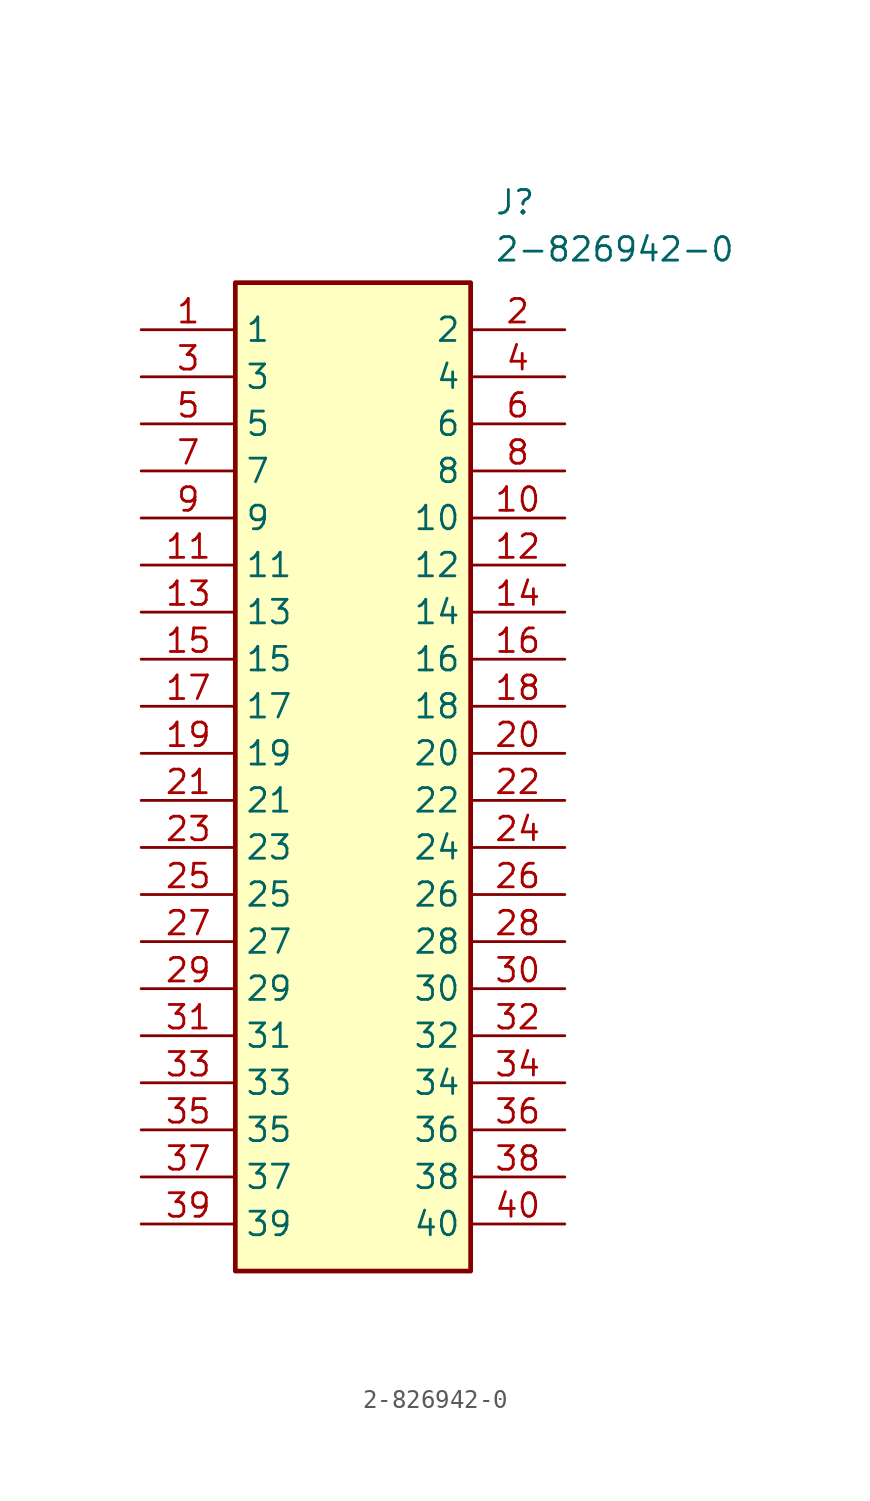
<source format=kicad_sym>
(kicad_symbol_lib
  (version 20241209)
  (generator "kicad_symbol_editor")
  (generator_version "9.0")
  (symbol "2-826942-0"
    (property "Reference" "J"
      (at 19.05 7.62 0)
      (effects (font (size 1.27 1.27)) (justify left top)))
    (property "Value" "2-826942-0"
      (at 19.05 5.08 0)
      (effects (font (size 1.27 1.27)) (justify left top)))
    (symbol "2-826942-0_1_1"
      (rectangle (start 5.08 2.54) (end 17.78 -50.8) (stroke (width 0.254) (type default)) (fill (type background)))
      (pin passive line (at 0 0 0) (length 5.08) (name "1" (effects (font (size 1.27 1.27)))) (number "1" (effects (font (size 1.27 1.27)))))
      (pin passive line (at 0 -2.54 0) (length 5.08) (name "3" (effects (font (size 1.27 1.27)))) (number "3" (effects (font (size 1.27 1.27)))))
      (pin passive line (at 0 -5.08 0) (length 5.08) (name "5" (effects (font (size 1.27 1.27)))) (number "5" (effects (font (size 1.27 1.27)))))
      (pin passive line (at 0 -7.62 0) (length 5.08) (name "7" (effects (font (size 1.27 1.27)))) (number "7" (effects (font (size 1.27 1.27)))))
      (pin passive line (at 0 -10.16 0) (length 5.08) (name "9" (effects (font (size 1.27 1.27)))) (number "9" (effects (font (size 1.27 1.27)))))
      (pin passive line (at 0 -12.7 0) (length 5.08) (name "11" (effects (font (size 1.27 1.27)))) (number "11" (effects (font (size 1.27 1.27)))))
      (pin passive line (at 0 -15.24 0) (length 5.08) (name "13" (effects (font (size 1.27 1.27)))) (number "13" (effects (font (size 1.27 1.27)))))
      (pin passive line (at 0 -17.78 0) (length 5.08) (name "15" (effects (font (size 1.27 1.27)))) (number "15" (effects (font (size 1.27 1.27)))))
      (pin passive line (at 0 -20.32 0) (length 5.08) (name "17" (effects (font (size 1.27 1.27)))) (number "17" (effects (font (size 1.27 1.27)))))
      (pin passive line (at 0 -22.86 0) (length 5.08) (name "19" (effects (font (size 1.27 1.27)))) (number "19" (effects (font (size 1.27 1.27)))))
      (pin passive line (at 0 -25.4 0) (length 5.08) (name "21" (effects (font (size 1.27 1.27)))) (number "21" (effects (font (size 1.27 1.27)))))
      (pin passive line (at 0 -27.94 0) (length 5.08) (name "23" (effects (font (size 1.27 1.27)))) (number "23" (effects (font (size 1.27 1.27)))))
      (pin passive line (at 0 -30.48 0) (length 5.08) (name "25" (effects (font (size 1.27 1.27)))) (number "25" (effects (font (size 1.27 1.27)))))
      (pin passive line (at 0 -33.02 0) (length 5.08) (name "27" (effects (font (size 1.27 1.27)))) (number "27" (effects (font (size 1.27 1.27)))))
      (pin passive line (at 0 -35.56 0) (length 5.08) (name "29" (effects (font (size 1.27 1.27)))) (number "29" (effects (font (size 1.27 1.27)))))
      (pin passive line (at 0 -38.1 0) (length 5.08) (name "31" (effects (font (size 1.27 1.27)))) (number "31" (effects (font (size 1.27 1.27)))))
      (pin passive line (at 0 -40.64 0) (length 5.08) (name "33" (effects (font (size 1.27 1.27)))) (number "33" (effects (font (size 1.27 1.27)))))
      (pin passive line (at 0 -43.18 0) (length 5.08) (name "35" (effects (font (size 1.27 1.27)))) (number "35" (effects (font (size 1.27 1.27)))))
      (pin passive line (at 0 -45.72 0) (length 5.08) (name "37" (effects (font (size 1.27 1.27)))) (number "37" (effects (font (size 1.27 1.27)))))
      (pin passive line (at 0 -48.26 0) (length 5.08) (name "39" (effects (font (size 1.27 1.27)))) (number "39" (effects (font (size 1.27 1.27)))))
      (pin passive line (at 22.86 0 180) (length 5.08) (name "2" (effects (font (size 1.27 1.27)))) (number "2" (effects (font (size 1.27 1.27)))))
      (pin passive line (at 22.86 -2.54 180) (length 5.08) (name "4" (effects (font (size 1.27 1.27)))) (number "4" (effects (font (size 1.27 1.27)))))
      (pin passive line (at 22.86 -5.08 180) (length 5.08) (name "6" (effects (font (size 1.27 1.27)))) (number "6" (effects (font (size 1.27 1.27)))))
      (pin passive line (at 22.86 -7.62 180) (length 5.08) (name "8" (effects (font (size 1.27 1.27)))) (number "8" (effects (font (size 1.27 1.27)))))
      (pin passive line (at 22.86 -10.16 180) (length 5.08) (name "10" (effects (font (size 1.27 1.27)))) (number "10" (effects (font (size 1.27 1.27)))))
      (pin passive line (at 22.86 -12.7 180) (length 5.08) (name "12" (effects (font (size 1.27 1.27)))) (number "12" (effects (font (size 1.27 1.27)))))
      (pin passive line (at 22.86 -15.24 180) (length 5.08) (name "14" (effects (font (size 1.27 1.27)))) (number "14" (effects (font (size 1.27 1.27)))))
      (pin passive line (at 22.86 -17.78 180) (length 5.08) (name "16" (effects (font (size 1.27 1.27)))) (number "16" (effects (font (size 1.27 1.27)))))
      (pin passive line (at 22.86 -20.32 180) (length 5.08) (name "18" (effects (font (size 1.27 1.27)))) (number "18" (effects (font (size 1.27 1.27)))))
      (pin passive line (at 22.86 -22.86 180) (length 5.08) (name "20" (effects (font (size 1.27 1.27)))) (number "20" (effects (font (size 1.27 1.27)))))
      (pin passive line (at 22.86 -25.4 180) (length 5.08) (name "22" (effects (font (size 1.27 1.27)))) (number "22" (effects (font (size 1.27 1.27)))))
      (pin passive line (at 22.86 -27.94 180) (length 5.08) (name "24" (effects (font (size 1.27 1.27)))) (number "24" (effects (font (size 1.27 1.27)))))
      (pin passive line (at 22.86 -30.48 180) (length 5.08) (name "26" (effects (font (size 1.27 1.27)))) (number "26" (effects (font (size 1.27 1.27)))))
      (pin passive line (at 22.86 -33.02 180) (length 5.08) (name "28" (effects (font (size 1.27 1.27)))) (number "28" (effects (font (size 1.27 1.27)))))
      (pin passive line (at 22.86 -35.56 180) (length 5.08) (name "30" (effects (font (size 1.27 1.27)))) (number "30" (effects (font (size 1.27 1.27)))))
      (pin passive line (at 22.86 -38.1 180) (length 5.08) (name "32" (effects (font (size 1.27 1.27)))) (number "32" (effects (font (size 1.27 1.27)))))
      (pin passive line (at 22.86 -40.64 180) (length 5.08) (name "34" (effects (font (size 1.27 1.27)))) (number "34" (effects (font (size 1.27 1.27)))))
      (pin passive line (at 22.86 -43.18 180) (length 5.08) (name "36" (effects (font (size 1.27 1.27)))) (number "36" (effects (font (size 1.27 1.27)))))
      (pin passive line (at 22.86 -45.72 180) (length 5.08) (name "38" (effects (font (size 1.27 1.27)))) (number "38" (effects (font (size 1.27 1.27)))))
      (pin passive line (at 22.86 -48.26 180) (length 5.08) (name "40" (effects (font (size 1.27 1.27)))) (number "40" (effects (font (size 1.27 1.27))))))))
</source>
